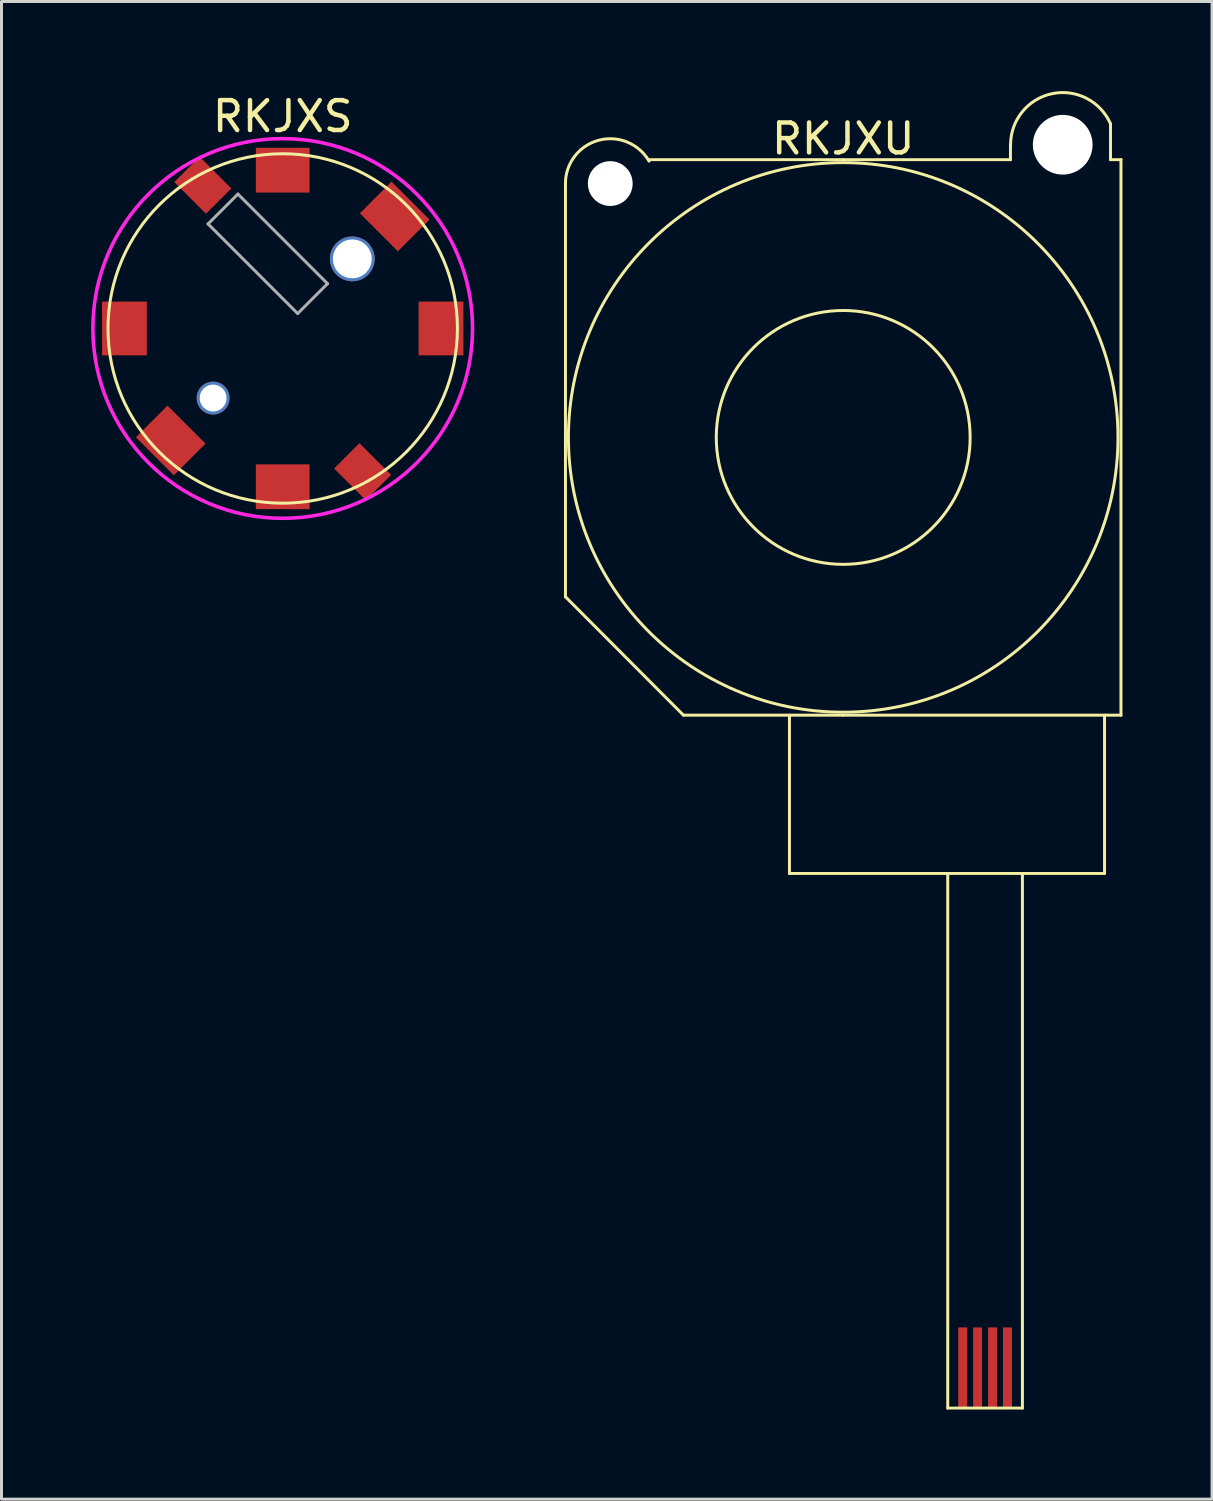
<source format=kicad_pcb>
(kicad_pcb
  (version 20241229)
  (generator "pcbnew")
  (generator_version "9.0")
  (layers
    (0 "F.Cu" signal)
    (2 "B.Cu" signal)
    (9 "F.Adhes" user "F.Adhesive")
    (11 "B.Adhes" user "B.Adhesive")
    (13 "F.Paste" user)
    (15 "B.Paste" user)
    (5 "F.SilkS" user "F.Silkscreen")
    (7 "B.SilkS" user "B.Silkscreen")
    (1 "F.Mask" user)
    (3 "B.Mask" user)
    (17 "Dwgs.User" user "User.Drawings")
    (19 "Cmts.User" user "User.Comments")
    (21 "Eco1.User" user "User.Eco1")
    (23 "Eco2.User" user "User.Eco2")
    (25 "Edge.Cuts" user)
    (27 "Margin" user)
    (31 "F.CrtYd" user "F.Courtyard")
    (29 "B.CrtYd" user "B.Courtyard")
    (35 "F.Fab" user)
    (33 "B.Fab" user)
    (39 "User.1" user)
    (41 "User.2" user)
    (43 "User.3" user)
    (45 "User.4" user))
  (footprint "RKJXU"
    (layer "F.Cu")
    (at 25.183 11.596)
    (property "Reference" "RKJXU" (at 0 -10 0) (layer "F.SilkS") (effects (font (size 1 1) (thickness 0.15))))
    (attr through_hole)
    (fp_line (start -9.3 -8.5) (end -9.3 0) (stroke (width 0.1) (type solid)) (layer "F.SilkS"))
    (fp_line (start -9.3 0) (end -9.3 5.337) (stroke (width 0.1) (type solid)) (layer "F.SilkS"))
    (fp_line (start -9.3 5.337) (end -5.35 9.3) (stroke (width 0.1) (type solid)) (layer "F.SilkS"))
    (fp_line (start -1.8 14.6) (end -1.8 9.3) (stroke (width 0.1) (type solid)) (layer "F.SilkS"))
    (fp_line (start 0 -9.3) (end -6.5 -9.3) (stroke (width 0.1) (type solid)) (layer "F.SilkS"))
    (fp_line (start 0 -9.3) (end 5.6 -9.3) (stroke (width 0.1) (type solid)) (layer "F.SilkS"))
    (fp_line (start 0 9.3) (end -5.337 9.3) (stroke (width 0.1) (type solid)) (layer "F.SilkS"))
    (fp_line (start 0 9.3) (end 9.3 9.3) (stroke (width 0.1) (type solid)) (layer "F.SilkS"))
    (fp_line (start 0 14.6) (end -1.8 14.6) (stroke (width 0.1) (type solid)) (layer "F.SilkS"))
    (fp_line (start 3.5 14.6) (end 3.5 32.5) (stroke (width 0.1) (type solid)) (layer "F.SilkS"))
    (fp_line (start 5.6 -9.8) (end 5.6 -9.3) (stroke (width 0.1) (type solid)) (layer "F.SilkS"))
    (fp_line (start 6 14.6) (end 6 32.5) (stroke (width 0.1) (type solid)) (layer "F.SilkS"))
    (fp_line (start 6 32.5) (end 3.5 32.5) (stroke (width 0.1) (type solid)) (layer "F.SilkS"))
    (fp_line (start 8.75 9.3) (end 8.75 14.6) (stroke (width 0.1) (type solid)) (layer "F.SilkS"))
    (fp_line (start 8.75 14.6) (end 0 14.6) (stroke (width 0.1) (type solid)) (layer "F.SilkS"))
    (fp_line (start 8.95 -9.3) (end 8.95 -10.5) (stroke (width 0.1) (type solid)) (layer "F.SilkS"))
    (fp_line (start 8.95 -9.3) (end 9.3 -9.3) (stroke (width 0.1) (type solid)) (layer "F.SilkS"))
    (fp_line (start 9.3 9.3) (end 9.3 -9.3) (stroke (width 0.1) (type solid)) (layer "F.SilkS"))
    (fp_arc (start -9.300832 -8.5) (mid -8.188211 -9.949755) (end -6.500001 -9.249999) (stroke (width 0.1) (type solid)) (layer "F.SilkS"))
    (fp_arc (start 5.603576 -9.800001) (mid 6.992426 -11.509426) (end 8.949999 -10.499999) (stroke (width 0.1) (type solid)) (layer "F.SilkS"))
    (fp_circle (center 0 0) (end 4.25 0) (stroke (width 0.1) (type solid)) (fill no) (layer "F.SilkS"))
    (fp_circle (center 0 0) (end 9.2 -0.1) (stroke (width 0.1) (type solid)) (fill no) (layer "F.SilkS"))
    (pad "" np_thru_hole circle (at -7.8 -8.5) (size 1.5 1.5) (drill 1.5) (layers "*.Cu" "*.Mask"))
    (pad "" np_thru_hole circle (at 7.35 -9.8) (size 2 2) (drill 2) (layers "*.Cu" "*.Mask"))
    (pad "1" smd rect (at 4 31.15) (size 0.3 2.7) (layers "F.Cu" "F.Mask" "F.Paste"))
    (pad "2" smd rect (at 4.5 31.15) (size 0.3 2.7) (layers "F.Cu" "F.Mask" "F.Paste"))
    (pad "3" smd rect (at 5 31.15) (size 0.3 2.7) (layers "F.Cu" "F.Mask" "F.Paste"))
    (pad "4" smd rect (at 5.5 31.15) (size 0.3 2.7) (layers "F.Cu" "F.Mask" "F.Paste")))
  (footprint "RKJXS"
    (layer "F.Cu")
    (at 6.416 7.948)
    (property "Reference" "RKJXS" (at 0 -7.1 0) (layer "F.SilkS") (effects (font (size 1 1) (thickness 0.15))))
    (attr smd)
    (fp_circle (center 0 0) (end -5.85 0) (stroke (width 0.1) (type solid)) (fill no) (layer "F.SilkS"))
    (fp_circle (center 0 0) (end -2.6 -5.8) (stroke (width 0.12) (type solid)) (fill no) (layer "F.CrtYd"))
    (fp_line (start -2.5 -3.5) (end 0.5 -0.5) (stroke (width 0.1) (type solid)) (layer "F.Fab"))
    (fp_line (start -1.5 -4.5) (end -2.5 -3.5) (stroke (width 0.1) (type solid)) (layer "F.Fab"))
    (fp_line (start 0.5 -0.5) (end 1.5 -1.5) (stroke (width 0.1) (type solid)) (layer "F.Fab"))
    (fp_line (start 1.5 -1.5) (end -1.5 -4.5) (stroke (width 0.1) (type solid)) (layer "F.Fab"))
    (pad "" np_thru_hole circle (at -2.33 2.33) (size 1.1 1.1) (drill 0.9) (layers "*.Cu" "*.Mask"))
    (pad "" np_thru_hole circle (at 2.33 -2.33) (size 1.5 1.5) (drill 1.3) (layers "*.Cu" "*.Mask"))
    (pad "1" smd rect (at 0 -5.3) (size 1.8 1.5) (layers "F.Cu" "F.Mask" "F.Paste"))
    (pad "2" smd rect (at 5.3 0 90) (size 1.8 1.5) (layers "F.Cu" "F.Mask" "F.Paste"))
    (pad "3" smd rect (at 0 5.3) (size 1.8 1.5) (layers "F.Cu" "F.Mask" "F.Paste"))
    (pad "4" smd rect (at -5.3 0 90) (size 1.8 1.5) (layers "F.Cu" "F.Mask" "F.Paste"))
    (pad "C" smd rect (at 2.675 4.795 45) (size 1.2 1.5) (layers "F.Cu" "F.Mask" "F.Paste"))
    (pad "E" smd rect (at -3.75 3.75 315) (size 1.8 1.5) (layers "F.Cu" "F.Mask" "F.Paste"))
    (pad "E" smd rect (at 3.75 -3.75 315) (size 1.8 1.5) (layers "F.Cu" "F.Mask" "F.Paste"))
    (pad "P" smd rect (at -2.675 -4.795 45) (size 1.2 1.5) (layers "F.Cu" "F.Mask" "F.Paste")))
  (gr_rect
    (start -3 -3)
    (end 37.533 47.146)
    (stroke (width 0.1) (type default))
    (fill no)
    (layer "Edge.Cuts")))
</source>
